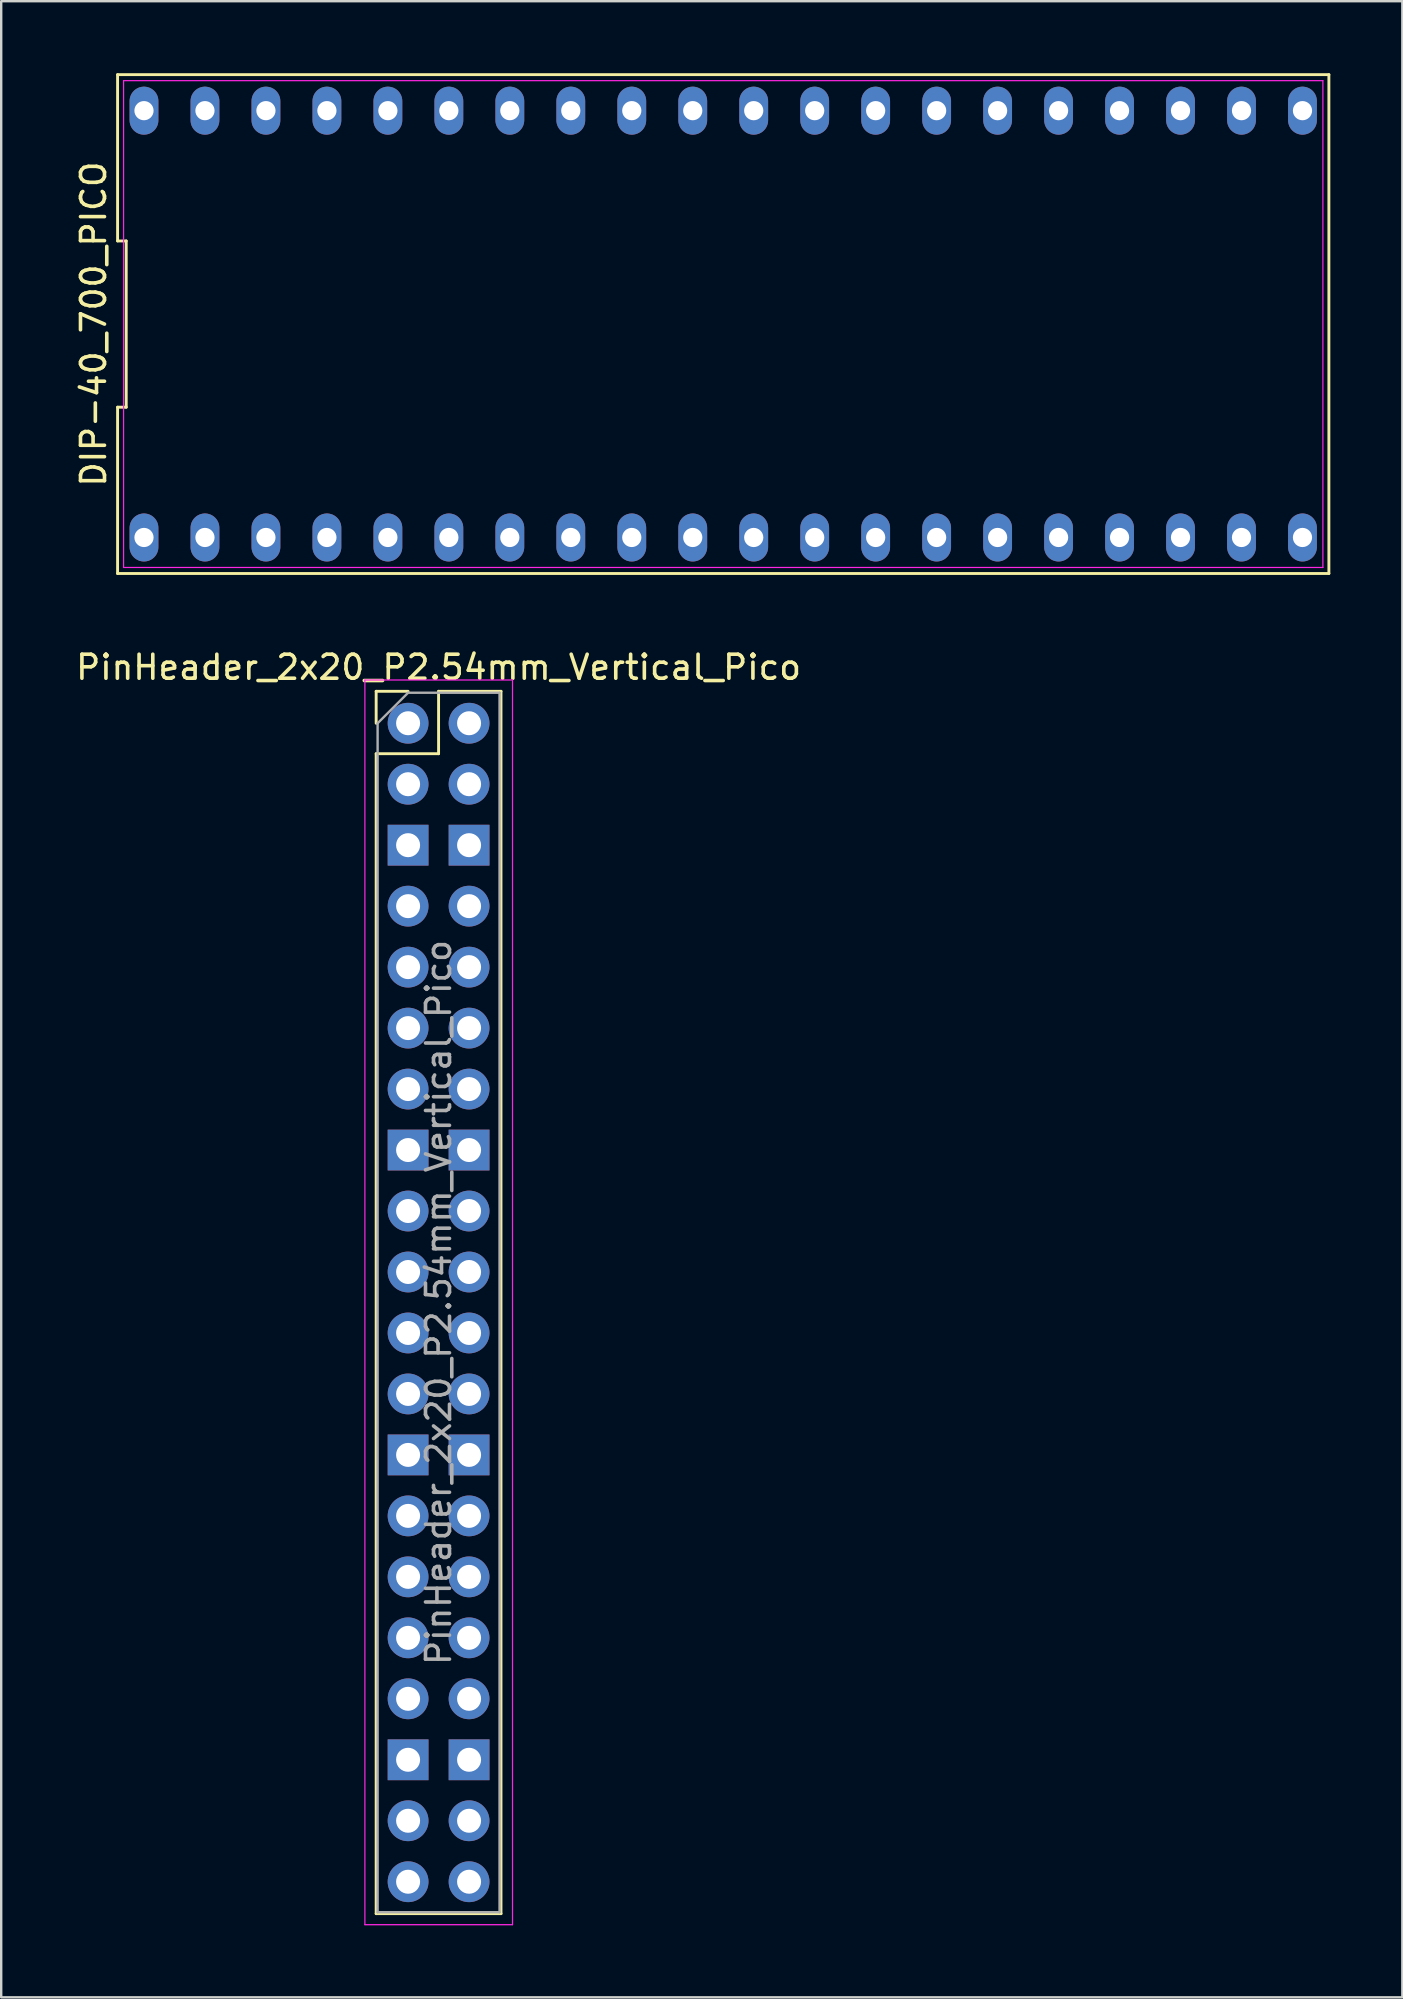
<source format=kicad_pcb>
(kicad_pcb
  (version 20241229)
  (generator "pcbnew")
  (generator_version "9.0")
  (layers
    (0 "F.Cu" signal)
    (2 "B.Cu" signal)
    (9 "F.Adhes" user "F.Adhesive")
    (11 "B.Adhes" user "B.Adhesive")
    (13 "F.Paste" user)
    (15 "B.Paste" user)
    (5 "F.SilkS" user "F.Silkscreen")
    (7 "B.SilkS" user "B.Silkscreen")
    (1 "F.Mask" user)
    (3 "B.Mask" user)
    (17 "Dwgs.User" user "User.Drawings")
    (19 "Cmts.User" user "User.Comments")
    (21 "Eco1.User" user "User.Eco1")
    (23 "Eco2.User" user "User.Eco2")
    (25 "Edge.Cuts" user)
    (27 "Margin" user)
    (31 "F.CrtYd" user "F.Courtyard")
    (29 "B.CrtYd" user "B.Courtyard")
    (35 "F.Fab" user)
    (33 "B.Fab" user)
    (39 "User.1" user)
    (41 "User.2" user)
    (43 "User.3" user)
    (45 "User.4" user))
  (footprint "DIP-40_700_PICO"
    (layer "F.Cu")
    (at 27.078 10.45)
    (property "Reference" "DIP-40_700_PICO" (at -26.23 0 90) (layer "F.SilkS") (effects (font (size 1 1) (thickness 0.15))))
    (attr through_hole)
    (fp_line (start -25.23 -10.39) (end -25.23 -3.463) (stroke (width 0.12) (type solid)) (layer "F.SilkS"))
    (fp_line (start -25.23 -3.463) (end -24.87 -3.463) (stroke (width 0.12) (type solid)) (layer "F.SilkS"))
    (fp_line (start -25.23 3.463) (end -25.23 10.39) (stroke (width 0.12) (type solid)) (layer "F.SilkS"))
    (fp_line (start -25.23 10.39) (end 25.23 10.39) (stroke (width 0.12) (type solid)) (layer "F.SilkS"))
    (fp_line (start -24.87 -3.463) (end -24.87 3.463) (stroke (width 0.12) (type solid)) (layer "F.SilkS"))
    (fp_line (start -24.87 3.463) (end -25.23 3.463) (stroke (width 0.12) (type solid)) (layer "F.SilkS"))
    (fp_line (start 25.23 -10.39) (end -25.23 -10.39) (stroke (width 0.12) (type solid)) (layer "F.SilkS"))
    (fp_line (start 25.23 10.39) (end 25.23 -10.39) (stroke (width 0.12) (type solid)) (layer "F.SilkS"))
    (fp_line (start -24.98 -10.14) (end 24.98 -10.14) (stroke (width 0.05) (type solid)) (layer "F.CrtYd"))
    (fp_line (start -24.98 10.14) (end -24.98 -10.14) (stroke (width 0.05) (type solid)) (layer "F.CrtYd"))
    (fp_line (start 24.98 -10.14) (end 24.98 10.14) (stroke (width 0.05) (type solid)) (layer "F.CrtYd"))
    (fp_line (start 24.98 10.14) (end -24.98 10.14) (stroke (width 0.05) (type solid)) (layer "F.CrtYd"))
    (pad "1" thru_hole oval (at -24.13 8.89) (size 1.2 2) (drill 0.8) (layers "*.Cu" "*.Mask"))
    (pad "2" thru_hole oval (at -21.59 8.89) (size 1.2 2) (drill 0.8) (layers "*.Cu" "*.Mask"))
    (pad "3" thru_hole oval (at -19.05 8.89) (size 1.2 2) (drill 0.8) (layers "*.Cu" "*.Mask"))
    (pad "4" thru_hole oval (at -16.51 8.89) (size 1.2 2) (drill 0.8) (layers "*.Cu" "*.Mask"))
    (pad "5" thru_hole oval (at -13.97 8.89) (size 1.2 2) (drill 0.8) (layers "*.Cu" "*.Mask"))
    (pad "6" thru_hole oval (at -11.43 8.89) (size 1.2 2) (drill 0.8) (layers "*.Cu" "*.Mask"))
    (pad "7" thru_hole oval (at -8.89 8.89) (size 1.2 2) (drill 0.8) (layers "*.Cu" "*.Mask"))
    (pad "8" thru_hole oval (at -6.35 8.89) (size 1.2 2) (drill 0.8) (layers "*.Cu" "*.Mask"))
    (pad "9" thru_hole oval (at -3.81 8.89) (size 1.2 2) (drill 0.8) (layers "*.Cu" "*.Mask"))
    (pad "10" thru_hole oval (at -1.27 8.89) (size 1.2 2) (drill 0.8) (layers "*.Cu" "*.Mask"))
    (pad "11" thru_hole oval (at 1.27 8.89) (size 1.2 2) (drill 0.8) (layers "*.Cu" "*.Mask"))
    (pad "12" thru_hole oval (at 3.81 8.89) (size 1.2 2) (drill 0.8) (layers "*.Cu" "*.Mask"))
    (pad "13" thru_hole oval (at 6.35 8.89) (size 1.2 2) (drill 0.8) (layers "*.Cu" "*.Mask"))
    (pad "14" thru_hole oval (at 8.89 8.89) (size 1.2 2) (drill 0.8) (layers "*.Cu" "*.Mask"))
    (pad "15" thru_hole oval (at 11.43 8.89) (size 1.2 2) (drill 0.8) (layers "*.Cu" "*.Mask"))
    (pad "16" thru_hole oval (at 13.97 8.89) (size 1.2 2) (drill 0.8) (layers "*.Cu" "*.Mask"))
    (pad "17" thru_hole oval (at 16.51 8.89) (size 1.2 2) (drill 0.8) (layers "*.Cu" "*.Mask"))
    (pad "18" thru_hole oval (at 19.05 8.89) (size 1.2 2) (drill 0.8) (layers "*.Cu" "*.Mask"))
    (pad "19" thru_hole oval (at 21.59 8.89) (size 1.2 2) (drill 0.8) (layers "*.Cu" "*.Mask"))
    (pad "20" thru_hole oval (at 24.13 8.89) (size 1.2 2) (drill 0.8) (layers "*.Cu" "*.Mask"))
    (pad "21" thru_hole oval (at 24.13 -8.89) (size 1.2 2) (drill 0.8) (layers "*.Cu" "*.Mask"))
    (pad "22" thru_hole oval (at 21.59 -8.89) (size 1.2 2) (drill 0.8) (layers "*.Cu" "*.Mask"))
    (pad "23" thru_hole oval (at 19.05 -8.89) (size 1.2 2) (drill 0.8) (layers "*.Cu" "*.Mask"))
    (pad "24" thru_hole oval (at 16.51 -8.89) (size 1.2 2) (drill 0.8) (layers "*.Cu" "*.Mask"))
    (pad "25" thru_hole oval (at 13.97 -8.89) (size 1.2 2) (drill 0.8) (layers "*.Cu" "*.Mask"))
    (pad "26" thru_hole oval (at 11.43 -8.89) (size 1.2 2) (drill 0.8) (layers "*.Cu" "*.Mask"))
    (pad "27" thru_hole oval (at 8.89 -8.89) (size 1.2 2) (drill 0.8) (layers "*.Cu" "*.Mask"))
    (pad "28" thru_hole oval (at 6.35 -8.89) (size 1.2 2) (drill 0.8) (layers "*.Cu" "*.Mask"))
    (pad "29" thru_hole oval (at 3.81 -8.89) (size 1.2 2) (drill 0.8) (layers "*.Cu" "*.Mask"))
    (pad "30" thru_hole oval (at 1.27 -8.89) (size 1.2 2) (drill 0.8) (layers "*.Cu" "*.Mask"))
    (pad "31" thru_hole oval (at -1.27 -8.89) (size 1.2 2) (drill 0.8) (layers "*.Cu" "*.Mask"))
    (pad "32" thru_hole oval (at -3.81 -8.89) (size 1.2 2) (drill 0.8) (layers "*.Cu" "*.Mask"))
    (pad "33" thru_hole oval (at -6.35 -8.89) (size 1.2 2) (drill 0.8) (layers "*.Cu" "*.Mask"))
    (pad "34" thru_hole oval (at -8.89 -8.89) (size 1.2 2) (drill 0.8) (layers "*.Cu" "*.Mask"))
    (pad "35" thru_hole oval (at -11.43 -8.89) (size 1.2 2) (drill 0.8) (layers "*.Cu" "*.Mask"))
    (pad "36" thru_hole oval (at -13.97 -8.89) (size 1.2 2) (drill 0.8) (layers "*.Cu" "*.Mask"))
    (pad "37" thru_hole oval (at -16.51 -8.89) (size 1.2 2) (drill 0.8) (layers "*.Cu" "*.Mask"))
    (pad "38" thru_hole oval (at -19.05 -8.89) (size 1.2 2) (drill 0.8) (layers "*.Cu" "*.Mask"))
    (pad "39" thru_hole oval (at -21.59 -8.89) (size 1.2 2) (drill 0.8) (layers "*.Cu" "*.Mask"))
    (pad "40" thru_hole oval (at -24.13 -8.89) (size 1.2 2) (drill 0.8) (layers "*.Cu" "*.Mask")))
  (footprint "PinHeader_2x20_P2.54mm_Vertical_Pico"
    (layer "F.Cu")
    (at 13.95 27.078)
    (property "Reference" "PinHeader_2x20_P2.54mm_Vertical_Pico" (at 1.27 -2.33 0) (layer "F.SilkS") (effects (font (size 1 1) (thickness 0.15))))
    (attr through_hole)
    (fp_line (start -1.33 -1.33) (end 0 -1.33) (stroke (width 0.12) (type solid)) (layer "F.SilkS"))
    (fp_line (start -1.33 0) (end -1.33 -1.33) (stroke (width 0.12) (type solid)) (layer "F.SilkS"))
    (fp_line (start -1.33 1.27) (end -1.33 49.59) (stroke (width 0.12) (type solid)) (layer "F.SilkS"))
    (fp_line (start -1.33 1.27) (end 1.27 1.27) (stroke (width 0.12) (type solid)) (layer "F.SilkS"))
    (fp_line (start -1.33 49.59) (end 3.87 49.59) (stroke (width 0.12) (type solid)) (layer "F.SilkS"))
    (fp_line (start 1.27 -1.33) (end 3.87 -1.33) (stroke (width 0.12) (type solid)) (layer "F.SilkS"))
    (fp_line (start 1.27 1.27) (end 1.27 -1.33) (stroke (width 0.12) (type solid)) (layer "F.SilkS"))
    (fp_line (start 3.87 -1.33) (end 3.87 49.59) (stroke (width 0.12) (type solid)) (layer "F.SilkS"))
    (fp_line (start -1.8 -1.8) (end -1.8 50.05) (stroke (width 0.05) (type solid)) (layer "F.CrtYd"))
    (fp_line (start -1.8 50.05) (end 4.35 50.05) (stroke (width 0.05) (type solid)) (layer "F.CrtYd"))
    (fp_line (start 4.35 -1.8) (end -1.8 -1.8) (stroke (width 0.05) (type solid)) (layer "F.CrtYd"))
    (fp_line (start 4.35 50.05) (end 4.35 -1.8) (stroke (width 0.05) (type solid)) (layer "F.CrtYd"))
    (fp_line (start -1.27 0) (end 0 -1.27) (stroke (width 0.1) (type solid)) (layer "F.Fab"))
    (fp_line (start -1.27 49.53) (end -1.27 0) (stroke (width 0.1) (type solid)) (layer "F.Fab"))
    (fp_line (start 0 -1.27) (end 3.81 -1.27) (stroke (width 0.1) (type solid)) (layer "F.Fab"))
    (fp_line (start 3.81 -1.27) (end 3.81 49.53) (stroke (width 0.1) (type solid)) (layer "F.Fab"))
    (fp_line (start 3.81 49.53) (end -1.27 49.53) (stroke (width 0.1) (type solid)) (layer "F.Fab"))
    (fp_text user "${REFERENCE}" (at 1.27 24.13 90) (layer "F.Fab") (effects (font (size 1 1) (thickness 0.15))))
    (pad "1" thru_hole circle (at 0 0) (size 1.7 1.7) (drill 1) (layers "*.Cu" "*.Mask"))
    (pad "2" thru_hole oval (at 0 2.54) (size 1.7 1.7) (drill 1) (layers "*.Cu" "*.Mask"))
    (pad "3" thru_hole rect (at 0 5.08) (size 1.7 1.7) (drill 1) (layers "*.Cu" "*.Mask"))
    (pad "4" thru_hole oval (at 0 7.62) (size 1.7 1.7) (drill 1) (layers "*.Cu" "*.Mask"))
    (pad "5" thru_hole oval (at 0 10.16) (size 1.7 1.7) (drill 1) (layers "*.Cu" "*.Mask"))
    (pad "6" thru_hole oval (at 0 12.7) (size 1.7 1.7) (drill 1) (layers "*.Cu" "*.Mask"))
    (pad "7" thru_hole oval (at 0 15.24) (size 1.7 1.7) (drill 1) (layers "*.Cu" "*.Mask"))
    (pad "8" thru_hole rect (at 0 17.78) (size 1.7 1.7) (drill 1) (layers "*.Cu" "*.Mask"))
    (pad "9" thru_hole oval (at 0 20.32) (size 1.7 1.7) (drill 1) (layers "*.Cu" "*.Mask"))
    (pad "10" thru_hole oval (at 0 22.86) (size 1.7 1.7) (drill 1) (layers "*.Cu" "*.Mask"))
    (pad "11" thru_hole oval (at 0 25.4) (size 1.7 1.7) (drill 1) (layers "*.Cu" "*.Mask"))
    (pad "12" thru_hole oval (at 0 27.94) (size 1.7 1.7) (drill 1) (layers "*.Cu" "*.Mask"))
    (pad "13" thru_hole rect (at 0 30.48) (size 1.7 1.7) (drill 1) (layers "*.Cu" "*.Mask"))
    (pad "14" thru_hole oval (at 0 33.02) (size 1.7 1.7) (drill 1) (layers "*.Cu" "*.Mask"))
    (pad "15" thru_hole oval (at 0 35.56) (size 1.7 1.7) (drill 1) (layers "*.Cu" "*.Mask"))
    (pad "16" thru_hole oval (at 0 38.1) (size 1.7 1.7) (drill 1) (layers "*.Cu" "*.Mask"))
    (pad "17" thru_hole oval (at 0 40.64) (size 1.7 1.7) (drill 1) (layers "*.Cu" "*.Mask"))
    (pad "18" thru_hole rect (at 0 43.18) (size 1.7 1.7) (drill 1) (layers "*.Cu" "*.Mask"))
    (pad "19" thru_hole oval (at 0 45.72) (size 1.7 1.7) (drill 1) (layers "*.Cu" "*.Mask"))
    (pad "20" thru_hole oval (at 0 48.26) (size 1.7 1.7) (drill 1) (layers "*.Cu" "*.Mask"))
    (pad "21" thru_hole oval (at 2.54 48.26) (size 1.7 1.7) (drill 1) (layers "*.Cu" "*.Mask"))
    (pad "22" thru_hole oval (at 2.54 45.72) (size 1.7 1.7) (drill 1) (layers "*.Cu" "*.Mask"))
    (pad "23" thru_hole rect (at 2.54 43.18) (size 1.7 1.7) (drill 1) (layers "*.Cu" "*.Mask"))
    (pad "24" thru_hole oval (at 2.54 40.64) (size 1.7 1.7) (drill 1) (layers "*.Cu" "*.Mask"))
    (pad "25" thru_hole oval (at 2.54 38.1) (size 1.7 1.7) (drill 1) (layers "*.Cu" "*.Mask"))
    (pad "26" thru_hole oval (at 2.54 35.56) (size 1.7 1.7) (drill 1) (layers "*.Cu" "*.Mask"))
    (pad "27" thru_hole oval (at 2.54 33.02) (size 1.7 1.7) (drill 1) (layers "*.Cu" "*.Mask"))
    (pad "28" thru_hole rect (at 2.54 30.48) (size 1.7 1.7) (drill 1) (layers "*.Cu" "*.Mask"))
    (pad "29" thru_hole oval (at 2.54 27.94) (size 1.7 1.7) (drill 1) (layers "*.Cu" "*.Mask"))
    (pad "30" thru_hole oval (at 2.54 25.4) (size 1.7 1.7) (drill 1) (layers "*.Cu" "*.Mask"))
    (pad "31" thru_hole oval (at 2.54 22.86) (size 1.7 1.7) (drill 1) (layers "*.Cu" "*.Mask"))
    (pad "32" thru_hole oval (at 2.54 20.32) (size 1.7 1.7) (drill 1) (layers "*.Cu" "*.Mask"))
    (pad "33" thru_hole rect (at 2.54 17.78) (size 1.7 1.7) (drill 1) (layers "*.Cu" "*.Mask"))
    (pad "34" thru_hole oval (at 2.54 15.24) (size 1.7 1.7) (drill 1) (layers "*.Cu" "*.Mask"))
    (pad "35" thru_hole oval (at 2.54 12.7) (size 1.7 1.7) (drill 1) (layers "*.Cu" "*.Mask"))
    (pad "36" thru_hole oval (at 2.54 10.16) (size 1.7 1.7) (drill 1) (layers "*.Cu" "*.Mask"))
    (pad "37" thru_hole oval (at 2.54 7.62) (size 1.7 1.7) (drill 1) (layers "*.Cu" "*.Mask"))
    (pad "38" thru_hole rect (at 2.54 5.08) (size 1.7 1.7) (drill 1) (layers "*.Cu" "*.Mask"))
    (pad "39" thru_hole oval (at 2.54 2.54) (size 1.7 1.7) (drill 1) (layers "*.Cu" "*.Mask"))
    (pad "40" thru_hole oval (at 2.54 0) (size 1.7 1.7) (drill 1) (layers "*.Cu" "*.Mask")))
  (gr_rect
    (start -3 -3)
    (end 55.368 80.153)
    (stroke (width 0.1) (type default))
    (fill no)
    (layer "Edge.Cuts")))
</source>
